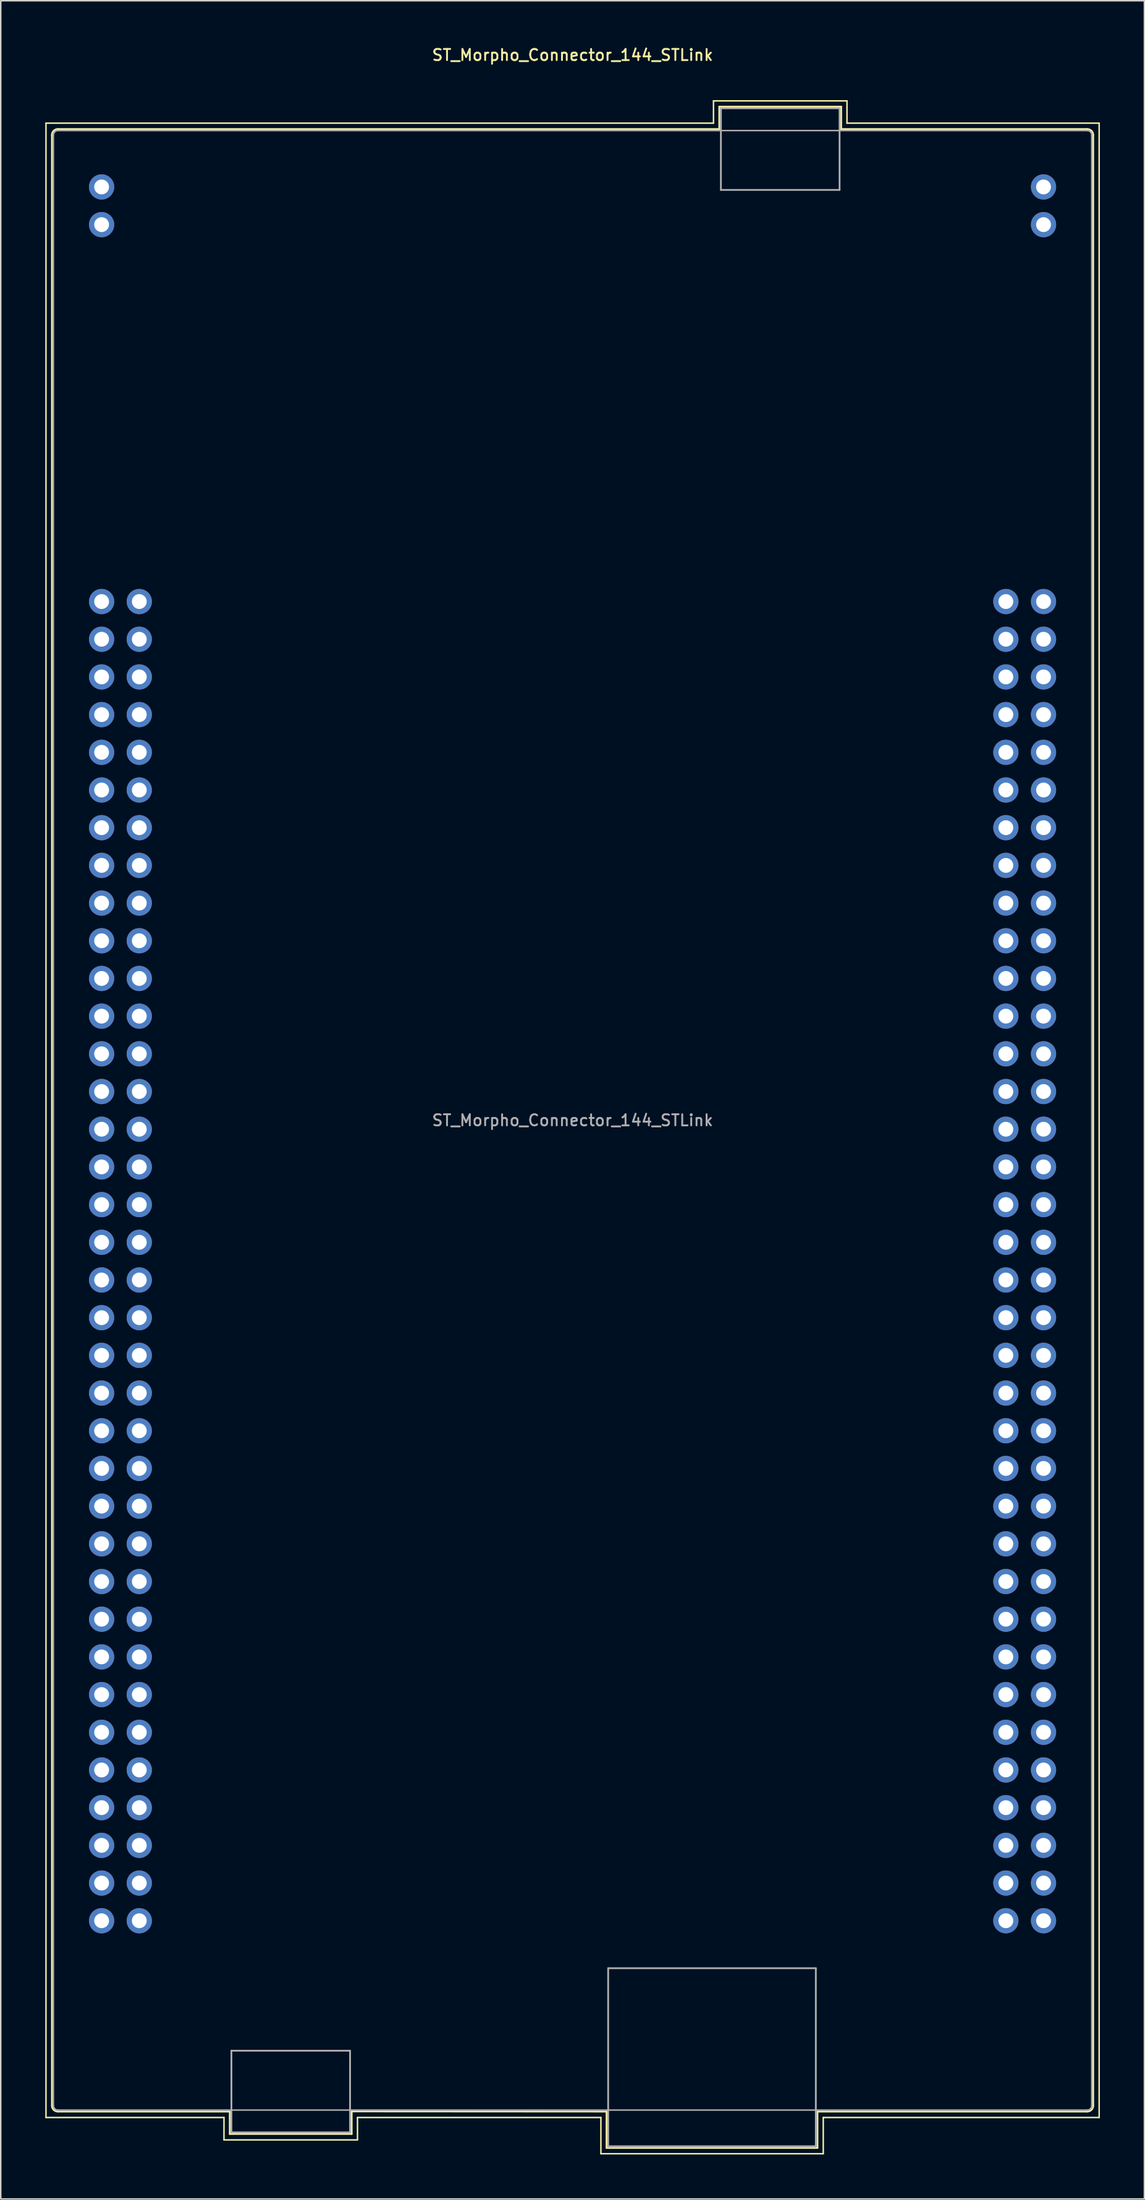
<source format=kicad_pcb>
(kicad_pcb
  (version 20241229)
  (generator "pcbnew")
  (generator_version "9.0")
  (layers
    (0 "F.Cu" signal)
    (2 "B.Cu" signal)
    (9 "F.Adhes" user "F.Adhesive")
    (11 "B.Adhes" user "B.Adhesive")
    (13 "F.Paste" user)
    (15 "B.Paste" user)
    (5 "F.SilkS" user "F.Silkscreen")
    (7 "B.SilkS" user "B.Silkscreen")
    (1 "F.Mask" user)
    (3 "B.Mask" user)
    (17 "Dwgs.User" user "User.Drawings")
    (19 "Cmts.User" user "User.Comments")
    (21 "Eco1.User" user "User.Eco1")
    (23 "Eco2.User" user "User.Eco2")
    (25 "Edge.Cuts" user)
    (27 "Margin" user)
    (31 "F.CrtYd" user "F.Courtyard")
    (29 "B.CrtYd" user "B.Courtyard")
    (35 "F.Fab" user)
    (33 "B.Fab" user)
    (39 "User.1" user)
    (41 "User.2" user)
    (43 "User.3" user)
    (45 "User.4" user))
  (footprint "ST_Morpho_Connector_144_STLink"
    (layer "F.Cu")
    (at 3.8 37.488)
    (property "Reference" "ST_Morpho_Connector_144_STLink" (at 31.75 -36.83 0) (layer "F.SilkS") (effects (font (size 0.75 0.75) (thickness 0.125))))
    (attr through_hole)
    (fp_line (start -3.75 -32.24) (end -3.75 102.16) (stroke (width 0.1) (type solid)) (layer "F.SilkS"))
    (fp_line (start -3.75 102.16) (end 8.25 102.16) (stroke (width 0.1) (type solid)) (layer "F.SilkS"))
    (fp_line (start -3.35 -31.44) (end -3.35 101.36) (stroke (width 0.12) (type solid)) (layer "F.SilkS"))
    (fp_line (start 8.25 102.16) (end 8.25 103.67) (stroke (width 0.1) (type solid)) (layer "F.SilkS"))
    (fp_line (start 8.25 103.67) (end 17.25 103.67) (stroke (width 0.1) (type solid)) (layer "F.SilkS"))
    (fp_line (start 8.64 101.76) (end -2.95 101.76) (stroke (width 0.12) (type solid)) (layer "F.SilkS"))
    (fp_line (start 8.64 101.76) (end 8.64 103.27) (stroke (width 0.12) (type solid)) (layer "F.SilkS"))
    (fp_line (start 8.64 103.27) (end 16.86 103.27) (stroke (width 0.12) (type solid)) (layer "F.SilkS"))
    (fp_line (start 16.86 103.27) (end 16.86 101.75) (stroke (width 0.12) (type solid)) (layer "F.SilkS"))
    (fp_line (start 17.25 102.16) (end 17.25 103.67) (stroke (width 0.1) (type solid)) (layer "F.SilkS"))
    (fp_line (start 17.25 102.16) (end 33.66 102.16) (stroke (width 0.1) (type solid)) (layer "F.SilkS"))
    (fp_line (start 33.66 104.6) (end 33.66 102.16) (stroke (width 0.1) (type solid)) (layer "F.SilkS"))
    (fp_line (start 33.66 104.6) (end 48.65 104.6) (stroke (width 0.1) (type solid)) (layer "F.SilkS"))
    (fp_line (start 34.04 101.76) (end 16.86 101.75) (stroke (width 0.12) (type solid)) (layer "F.SilkS"))
    (fp_line (start 34.04 104.21) (end 34.04 101.76) (stroke (width 0.12) (type solid)) (layer "F.SilkS"))
    (fp_line (start 41.25 -33.74) (end 50.25 -33.74) (stroke (width 0.1) (type solid)) (layer "F.SilkS"))
    (fp_line (start 41.25 -32.24) (end -3.75 -32.24) (stroke (width 0.1) (type solid)) (layer "F.SilkS"))
    (fp_line (start 41.25 -32.24) (end 41.25 -33.74) (stroke (width 0.1) (type solid)) (layer "F.SilkS"))
    (fp_line (start 41.64 -33.35) (end 49.86 -33.35) (stroke (width 0.12) (type solid)) (layer "F.SilkS"))
    (fp_line (start 41.64 -31.84) (end -2.95 -31.84) (stroke (width 0.12) (type solid)) (layer "F.SilkS"))
    (fp_line (start 41.64 -31.84) (end 41.64 -33.35) (stroke (width 0.12) (type solid)) (layer "F.SilkS"))
    (fp_line (start 48.26 101.76) (end 48.26 104.21) (stroke (width 0.12) (type solid)) (layer "F.SilkS"))
    (fp_line (start 48.26 101.76) (end 66.45 101.76) (stroke (width 0.12) (type solid)) (layer "F.SilkS"))
    (fp_line (start 48.26 104.21) (end 34.04 104.21) (stroke (width 0.12) (type solid)) (layer "F.SilkS"))
    (fp_line (start 48.65 102.16) (end 48.65 104.6) (stroke (width 0.1) (type solid)) (layer "F.SilkS"))
    (fp_line (start 49.86 -33.35) (end 49.86 -31.84) (stroke (width 0.12) (type solid)) (layer "F.SilkS"))
    (fp_line (start 49.86 -31.84) (end 66.45 -31.84) (stroke (width 0.12) (type solid)) (layer "F.SilkS"))
    (fp_line (start 50.25 -32.24) (end 50.25 -33.74) (stroke (width 0.1) (type solid)) (layer "F.SilkS"))
    (fp_line (start 50.25 -32.24) (end 67.25 -32.24) (stroke (width 0.1) (type solid)) (layer "F.SilkS"))
    (fp_line (start 66.85 101.36) (end 66.85 -31.44) (stroke (width 0.12) (type solid)) (layer "F.SilkS"))
    (fp_line (start 67.25 102.16) (end 48.65 102.16) (stroke (width 0.1) (type solid)) (layer "F.SilkS"))
    (fp_line (start 67.25 102.16) (end 67.25 -32.24) (stroke (width 0.1) (type solid)) (layer "F.SilkS"))
    (fp_arc (start -3.35 -31.44) (mid -3.232843 -31.722843) (end -2.95 -31.84) (stroke (width 0.12) (type solid)) (layer "F.SilkS"))
    (fp_arc (start -2.95 101.76) (mid -3.232843 101.642843) (end -3.35 101.36) (stroke (width 0.12) (type solid)) (layer "F.SilkS"))
    (fp_arc (start 66.45 -31.84) (mid 66.732843 -31.722843) (end 66.85 -31.44) (stroke (width 0.12) (type solid)) (layer "F.SilkS"))
    (fp_arc (start 66.85 101.36) (mid 66.732843 101.642843) (end 66.45 101.76) (stroke (width 0.12) (type solid)) (layer "F.SilkS"))
    (fp_line (start -3.25 101.36) (end -3.25 -31.44) (stroke (width 0.1) (type solid)) (layer "F.Fab"))
    (fp_line (start 8.75 97.66) (end 16.75 97.66) (stroke (width 0.12) (type solid)) (layer "F.Fab"))
    (fp_line (start 8.75 103.16) (end 8.75 97.65) (stroke (width 0.12) (type solid)) (layer "F.Fab"))
    (fp_line (start 8.75 103.16) (end 16.75 103.16) (stroke (width 0.12) (type solid)) (layer "F.Fab"))
    (fp_line (start 16.75 97.66) (end 16.75 103.16) (stroke (width 0.12) (type solid)) (layer "F.Fab"))
    (fp_line (start 34.15 92.1) (end 48.15 92.1) (stroke (width 0.12) (type solid)) (layer "F.Fab"))
    (fp_line (start 34.15 104.1) (end 34.15 92.1) (stroke (width 0.12) (type solid)) (layer "F.Fab"))
    (fp_line (start 34.15 104.1) (end 48.15 104.1) (stroke (width 0.12) (type solid)) (layer "F.Fab"))
    (fp_line (start 41.75 -33.24) (end 49.75 -33.24) (stroke (width 0.12) (type solid)) (layer "F.Fab"))
    (fp_line (start 41.75 -27.74) (end 41.75 -33.24) (stroke (width 0.12) (type solid)) (layer "F.Fab"))
    (fp_line (start 41.75 -27.74) (end 49.75 -27.74) (stroke (width 0.12) (type solid)) (layer "F.Fab"))
    (fp_line (start 48.15 104.1) (end 48.15 92.1) (stroke (width 0.12) (type solid)) (layer "F.Fab"))
    (fp_line (start 49.75 -33.24) (end 49.75 -27.74) (stroke (width 0.12) (type solid)) (layer "F.Fab"))
    (fp_line (start 66.45 -31.74) (end -2.95 -31.74) (stroke (width 0.1) (type solid)) (layer "F.Fab"))
    (fp_line (start 66.45 101.66) (end -2.95 101.66) (stroke (width 0.1) (type solid)) (layer "F.Fab"))
    (fp_line (start 66.75 101.36) (end 66.75 -31.44) (stroke (width 0.1) (type solid)) (layer "F.Fab"))
    (fp_arc (start -3.25 -31.44) (mid -3.162132 -31.652132) (end -2.95 -31.74) (stroke (width 0.1) (type solid)) (layer "F.Fab"))
    (fp_arc (start -2.95 101.66) (mid -3.162132 101.572132) (end -3.25 101.36) (stroke (width 0.1) (type solid)) (layer "F.Fab"))
    (fp_arc (start 66.45 -31.74) (mid 66.662132 -31.652132) (end 66.75 -31.44) (stroke (width 0.1) (type solid)) (layer "F.Fab"))
    (fp_arc (start 66.75 101.36) (mid 66.662132 101.572132) (end 66.45 101.66) (stroke (width 0.1) (type solid)) (layer "F.Fab"))
    (fp_text user "${REFERENCE}" (at 31.75 34.96 0) (layer "F.Fab") (effects (font (size 0.75 0.75) (thickness 0.125))))
    (pad "1" thru_hole circle (at 0 0) (size 1.7 1.7) (drill 1) (layers "*.Cu" "*.Mask"))
    (pad "2" thru_hole circle (at 2.54 0) (size 1.7 1.7) (drill 1) (layers "*.Cu" "*.Mask"))
    (pad "3" thru_hole circle (at 0 2.54) (size 1.7 1.7) (drill 1) (layers "*.Cu" "*.Mask"))
    (pad "4" thru_hole circle (at 2.54 2.54) (size 1.7 1.7) (drill 1) (layers "*.Cu" "*.Mask"))
    (pad "5" thru_hole circle (at 0 5.08) (size 1.7 1.7) (drill 1) (layers "*.Cu" "*.Mask"))
    (pad "6" thru_hole circle (at 2.54 5.08) (size 1.7 1.7) (drill 1) (layers "*.Cu" "*.Mask"))
    (pad "7" thru_hole circle (at 0 7.62) (size 1.7 1.7) (drill 1) (layers "*.Cu" "*.Mask"))
    (pad "8" thru_hole circle (at 2.54 7.62) (size 1.7 1.7) (drill 1) (layers "*.Cu" "*.Mask"))
    (pad "9" thru_hole circle (at 0 10.16) (size 1.7 1.7) (drill 1) (layers "*.Cu" "*.Mask"))
    (pad "10" thru_hole circle (at 2.54 10.16) (size 1.7 1.7) (drill 1) (layers "*.Cu" "*.Mask"))
    (pad "11" thru_hole circle (at 0 12.7) (size 1.7 1.7) (drill 1) (layers "*.Cu" "*.Mask"))
    (pad "12" thru_hole circle (at 2.54 12.7) (size 1.7 1.7) (drill 1) (layers "*.Cu" "*.Mask"))
    (pad "13" thru_hole circle (at 0 15.24) (size 1.7 1.7) (drill 1) (layers "*.Cu" "*.Mask"))
    (pad "14" thru_hole circle (at 2.54 15.24) (size 1.7 1.7) (drill 1) (layers "*.Cu" "*.Mask"))
    (pad "15" thru_hole circle (at 0 17.78) (size 1.7 1.7) (drill 1) (layers "*.Cu" "*.Mask"))
    (pad "16" thru_hole circle (at 2.54 17.78) (size 1.7 1.7) (drill 1) (layers "*.Cu" "*.Mask"))
    (pad "17" thru_hole circle (at 0 20.32) (size 1.7 1.7) (drill 1) (layers "*.Cu" "*.Mask"))
    (pad "18" thru_hole circle (at 2.54 20.32) (size 1.7 1.7) (drill 1) (layers "*.Cu" "*.Mask"))
    (pad "19" thru_hole circle (at 0 22.86) (size 1.7 1.7) (drill 1) (layers "*.Cu" "*.Mask"))
    (pad "20" thru_hole circle (at 2.54 22.86) (size 1.7 1.7) (drill 1) (layers "*.Cu" "*.Mask"))
    (pad "21" thru_hole circle (at 0 25.4) (size 1.7 1.7) (drill 1) (layers "*.Cu" "*.Mask"))
    (pad "22" thru_hole circle (at 2.54 25.4) (size 1.7 1.7) (drill 1) (layers "*.Cu" "*.Mask"))
    (pad "23" thru_hole circle (at 0 27.94) (size 1.7 1.7) (drill 1) (layers "*.Cu" "*.Mask"))
    (pad "24" thru_hole circle (at 2.54 27.94) (size 1.7 1.7) (drill 1) (layers "*.Cu" "*.Mask"))
    (pad "25" thru_hole circle (at 0 30.48) (size 1.7 1.7) (drill 1) (layers "*.Cu" "*.Mask"))
    (pad "26" thru_hole circle (at 2.54 30.48) (size 1.7 1.7) (drill 1) (layers "*.Cu" "*.Mask"))
    (pad "27" thru_hole circle (at 0 33.02) (size 1.7 1.7) (drill 1) (layers "*.Cu" "*.Mask"))
    (pad "28" thru_hole circle (at 2.54 33.02) (size 1.7 1.7) (drill 1) (layers "*.Cu" "*.Mask"))
    (pad "29" thru_hole circle (at 0 35.56) (size 1.7 1.7) (drill 1) (layers "*.Cu" "*.Mask"))
    (pad "30" thru_hole circle (at 2.54 35.56) (size 1.7 1.7) (drill 1) (layers "*.Cu" "*.Mask"))
    (pad "31" thru_hole circle (at 0 38.1) (size 1.7 1.7) (drill 1) (layers "*.Cu" "*.Mask"))
    (pad "32" thru_hole circle (at 2.54 38.1) (size 1.7 1.7) (drill 1) (layers "*.Cu" "*.Mask"))
    (pad "33" thru_hole circle (at 0 40.64) (size 1.7 1.7) (drill 1) (layers "*.Cu" "*.Mask"))
    (pad "34" thru_hole circle (at 2.54 40.64) (size 1.7 1.7) (drill 1) (layers "*.Cu" "*.Mask"))
    (pad "35" thru_hole circle (at 0 43.18) (size 1.7 1.7) (drill 1) (layers "*.Cu" "*.Mask"))
    (pad "36" thru_hole circle (at 2.54 43.18) (size 1.7 1.7) (drill 1) (layers "*.Cu" "*.Mask"))
    (pad "37" thru_hole circle (at 0 45.72) (size 1.7 1.7) (drill 1) (layers "*.Cu" "*.Mask"))
    (pad "38" thru_hole circle (at 2.54 45.72) (size 1.7 1.7) (drill 1) (layers "*.Cu" "*.Mask"))
    (pad "39" thru_hole circle (at 0 48.26) (size 1.7 1.7) (drill 1) (layers "*.Cu" "*.Mask"))
    (pad "40" thru_hole circle (at 2.54 48.26) (size 1.7 1.7) (drill 1) (layers "*.Cu" "*.Mask"))
    (pad "41" thru_hole circle (at 0 50.8) (size 1.7 1.7) (drill 1) (layers "*.Cu" "*.Mask"))
    (pad "42" thru_hole circle (at 2.54 50.8) (size 1.7 1.7) (drill 1) (layers "*.Cu" "*.Mask"))
    (pad "43" thru_hole circle (at 0 53.34) (size 1.7 1.7) (drill 1) (layers "*.Cu" "*.Mask"))
    (pad "44" thru_hole circle (at 2.54 53.34) (size 1.7 1.7) (drill 1) (layers "*.Cu" "*.Mask"))
    (pad "45" thru_hole circle (at 0 55.88) (size 1.7 1.7) (drill 1) (layers "*.Cu" "*.Mask"))
    (pad "46" thru_hole circle (at 2.54 55.88) (size 1.7 1.7) (drill 1) (layers "*.Cu" "*.Mask"))
    (pad "47" thru_hole circle (at 0 58.42) (size 1.7 1.7) (drill 1) (layers "*.Cu" "*.Mask"))
    (pad "48" thru_hole circle (at 2.54 58.42) (size 1.7 1.7) (drill 1) (layers "*.Cu" "*.Mask"))
    (pad "49" thru_hole circle (at 0 60.96) (size 1.7 1.7) (drill 1) (layers "*.Cu" "*.Mask"))
    (pad "50" thru_hole circle (at 2.54 60.96) (size 1.7 1.7) (drill 1) (layers "*.Cu" "*.Mask"))
    (pad "51" thru_hole circle (at 0 63.5) (size 1.7 1.7) (drill 1) (layers "*.Cu" "*.Mask"))
    (pad "52" thru_hole circle (at 2.54 63.5) (size 1.7 1.7) (drill 1) (layers "*.Cu" "*.Mask"))
    (pad "53" thru_hole circle (at 0 66.04) (size 1.7 1.7) (drill 1) (layers "*.Cu" "*.Mask"))
    (pad "54" thru_hole circle (at 2.54 66.04) (size 1.7 1.7) (drill 1) (layers "*.Cu" "*.Mask"))
    (pad "55" thru_hole circle (at 0 68.58) (size 1.7 1.7) (drill 1) (layers "*.Cu" "*.Mask"))
    (pad "56" thru_hole circle (at 2.54 68.58) (size 1.7 1.7) (drill 1) (layers "*.Cu" "*.Mask"))
    (pad "57" thru_hole circle (at 0 71.12) (size 1.7 1.7) (drill 1) (layers "*.Cu" "*.Mask"))
    (pad "58" thru_hole circle (at 2.54 71.12) (size 1.7 1.7) (drill 1) (layers "*.Cu" "*.Mask"))
    (pad "59" thru_hole circle (at 0 73.66) (size 1.7 1.7) (drill 1) (layers "*.Cu" "*.Mask"))
    (pad "60" thru_hole circle (at 2.54 73.66) (size 1.7 1.7) (drill 1) (layers "*.Cu" "*.Mask"))
    (pad "61" thru_hole circle (at 0 76.2) (size 1.7 1.7) (drill 1) (layers "*.Cu" "*.Mask"))
    (pad "62" thru_hole circle (at 2.54 76.2) (size 1.7 1.7) (drill 1) (layers "*.Cu" "*.Mask"))
    (pad "63" thru_hole circle (at 0 78.74) (size 1.7 1.7) (drill 1) (layers "*.Cu" "*.Mask"))
    (pad "64" thru_hole circle (at 2.54 78.74) (size 1.7 1.7) (drill 1) (layers "*.Cu" "*.Mask"))
    (pad "65" thru_hole circle (at 0 81.28) (size 1.7 1.7) (drill 1) (layers "*.Cu" "*.Mask"))
    (pad "66" thru_hole circle (at 2.54 81.28) (size 1.7 1.7) (drill 1) (layers "*.Cu" "*.Mask"))
    (pad "67" thru_hole circle (at 0 83.82) (size 1.7 1.7) (drill 1) (layers "*.Cu" "*.Mask"))
    (pad "68" thru_hole circle (at 2.54 83.82) (size 1.7 1.7) (drill 1) (layers "*.Cu" "*.Mask"))
    (pad "69" thru_hole circle (at 0 86.36) (size 1.7 1.7) (drill 1) (layers "*.Cu" "*.Mask"))
    (pad "70" thru_hole circle (at 2.54 86.36) (size 1.7 1.7) (drill 1) (layers "*.Cu" "*.Mask"))
    (pad "71" thru_hole circle (at 0 88.9) (size 1.7 1.7) (drill 1) (layers "*.Cu" "*.Mask"))
    (pad "72" thru_hole circle (at 2.54 88.9) (size 1.7 1.7) (drill 1) (layers "*.Cu" "*.Mask"))
    (pad "73" thru_hole circle (at 60.96 0) (size 1.7 1.7) (drill 1) (layers "*.Cu" "*.Mask"))
    (pad "74" thru_hole circle (at 63.5 0) (size 1.7 1.7) (drill 1) (layers "*.Cu" "*.Mask"))
    (pad "75" thru_hole circle (at 60.96 2.54) (size 1.7 1.7) (drill 1) (layers "*.Cu" "*.Mask"))
    (pad "76" thru_hole circle (at 63.5 2.54) (size 1.7 1.7) (drill 1) (layers "*.Cu" "*.Mask"))
    (pad "77" thru_hole circle (at 60.96 5.08) (size 1.7 1.7) (drill 1) (layers "*.Cu" "*.Mask"))
    (pad "78" thru_hole circle (at 63.5 5.08) (size 1.7 1.7) (drill 1) (layers "*.Cu" "*.Mask"))
    (pad "79" thru_hole circle (at 60.96 7.62) (size 1.7 1.7) (drill 1) (layers "*.Cu" "*.Mask"))
    (pad "80" thru_hole circle (at 63.5 7.62) (size 1.7 1.7) (drill 1) (layers "*.Cu" "*.Mask"))
    (pad "81" thru_hole circle (at 60.96 10.16) (size 1.7 1.7) (drill 1) (layers "*.Cu" "*.Mask"))
    (pad "82" thru_hole circle (at 63.5 10.16) (size 1.7 1.7) (drill 1) (layers "*.Cu" "*.Mask"))
    (pad "83" thru_hole circle (at 60.96 12.7) (size 1.7 1.7) (drill 1) (layers "*.Cu" "*.Mask"))
    (pad "84" thru_hole circle (at 63.5 12.7) (size 1.7 1.7) (drill 1) (layers "*.Cu" "*.Mask"))
    (pad "85" thru_hole circle (at 60.96 15.24) (size 1.7 1.7) (drill 1) (layers "*.Cu" "*.Mask"))
    (pad "86" thru_hole circle (at 63.5 15.24) (size 1.7 1.7) (drill 1) (layers "*.Cu" "*.Mask"))
    (pad "87" thru_hole circle (at 60.96 17.78) (size 1.7 1.7) (drill 1) (layers "*.Cu" "*.Mask"))
    (pad "88" thru_hole circle (at 63.5 17.78) (size 1.7 1.7) (drill 1) (layers "*.Cu" "*.Mask"))
    (pad "89" thru_hole circle (at 60.96 20.32) (size 1.7 1.7) (drill 1) (layers "*.Cu" "*.Mask"))
    (pad "90" thru_hole circle (at 63.5 20.32) (size 1.7 1.7) (drill 1) (layers "*.Cu" "*.Mask"))
    (pad "91" thru_hole circle (at 60.96 22.86) (size 1.7 1.7) (drill 1) (layers "*.Cu" "*.Mask"))
    (pad "92" thru_hole circle (at 63.5 22.86) (size 1.7 1.7) (drill 1) (layers "*.Cu" "*.Mask"))
    (pad "93" thru_hole circle (at 60.96 25.4) (size 1.7 1.7) (drill 1) (layers "*.Cu" "*.Mask"))
    (pad "94" thru_hole circle (at 63.5 25.4) (size 1.7 1.7) (drill 1) (layers "*.Cu" "*.Mask"))
    (pad "95" thru_hole circle (at 60.96 27.94) (size 1.7 1.7) (drill 1) (layers "*.Cu" "*.Mask"))
    (pad "96" thru_hole circle (at 63.5 27.94) (size 1.7 1.7) (drill 1) (layers "*.Cu" "*.Mask"))
    (pad "97" thru_hole circle (at 60.96 30.48) (size 1.7 1.7) (drill 1) (layers "*.Cu" "*.Mask"))
    (pad "98" thru_hole circle (at 63.5 30.48) (size 1.7 1.7) (drill 1) (layers "*.Cu" "*.Mask"))
    (pad "99" thru_hole circle (at 60.96 33.02) (size 1.7 1.7) (drill 1) (layers "*.Cu" "*.Mask"))
    (pad "100" thru_hole circle (at 63.5 33.02) (size 1.7 1.7) (drill 1) (layers "*.Cu" "*.Mask"))
    (pad "101" thru_hole circle (at 60.96 35.56) (size 1.7 1.7) (drill 1) (layers "*.Cu" "*.Mask"))
    (pad "102" thru_hole circle (at 63.5 35.56) (size 1.7 1.7) (drill 1) (layers "*.Cu" "*.Mask"))
    (pad "103" thru_hole circle (at 60.96 38.1) (size 1.7 1.7) (drill 1) (layers "*.Cu" "*.Mask"))
    (pad "104" thru_hole circle (at 63.5 38.1) (size 1.7 1.7) (drill 1) (layers "*.Cu" "*.Mask"))
    (pad "105" thru_hole circle (at 60.96 40.64) (size 1.7 1.7) (drill 1) (layers "*.Cu" "*.Mask"))
    (pad "106" thru_hole circle (at 63.5 40.64) (size 1.7 1.7) (drill 1) (layers "*.Cu" "*.Mask"))
    (pad "107" thru_hole circle (at 60.96 43.18) (size 1.7 1.7) (drill 1) (layers "*.Cu" "*.Mask"))
    (pad "108" thru_hole circle (at 63.5 43.18) (size 1.7 1.7) (drill 1) (layers "*.Cu" "*.Mask"))
    (pad "109" thru_hole circle (at 60.96 45.72) (size 1.7 1.7) (drill 1) (layers "*.Cu" "*.Mask"))
    (pad "110" thru_hole circle (at 63.5 45.72) (size 1.7 1.7) (drill 1) (layers "*.Cu" "*.Mask"))
    (pad "111" thru_hole circle (at 60.96 48.26) (size 1.7 1.7) (drill 1) (layers "*.Cu" "*.Mask"))
    (pad "112" thru_hole circle (at 63.5 48.26) (size 1.7 1.7) (drill 1) (layers "*.Cu" "*.Mask"))
    (pad "113" thru_hole circle (at 60.96 50.8) (size 1.7 1.7) (drill 1) (layers "*.Cu" "*.Mask"))
    (pad "114" thru_hole circle (at 63.5 50.8) (size 1.7 1.7) (drill 1) (layers "*.Cu" "*.Mask"))
    (pad "115" thru_hole circle (at 60.96 53.34) (size 1.7 1.7) (drill 1) (layers "*.Cu" "*.Mask"))
    (pad "116" thru_hole circle (at 63.5 53.34) (size 1.7 1.7) (drill 1) (layers "*.Cu" "*.Mask"))
    (pad "117" thru_hole circle (at 60.96 55.88) (size 1.7 1.7) (drill 1) (layers "*.Cu" "*.Mask"))
    (pad "118" thru_hole circle (at 63.5 55.88) (size 1.7 1.7) (drill 1) (layers "*.Cu" "*.Mask"))
    (pad "119" thru_hole circle (at 60.96 58.42) (size 1.7 1.7) (drill 1) (layers "*.Cu" "*.Mask"))
    (pad "120" thru_hole circle (at 63.5 58.42) (size 1.7 1.7) (drill 1) (layers "*.Cu" "*.Mask"))
    (pad "121" thru_hole circle (at 60.96 60.96) (size 1.7 1.7) (drill 1) (layers "*.Cu" "*.Mask"))
    (pad "122" thru_hole circle (at 63.5 60.96) (size 1.7 1.7) (drill 1) (layers "*.Cu" "*.Mask"))
    (pad "123" thru_hole circle (at 60.96 63.5) (size 1.7 1.7) (drill 1) (layers "*.Cu" "*.Mask"))
    (pad "124" thru_hole circle (at 63.5 63.5) (size 1.7 1.7) (drill 1) (layers "*.Cu" "*.Mask"))
    (pad "125" thru_hole circle (at 60.96 66.04) (size 1.7 1.7) (drill 1) (layers "*.Cu" "*.Mask"))
    (pad "126" thru_hole circle (at 63.5 66.04) (size 1.7 1.7) (drill 1) (layers "*.Cu" "*.Mask"))
    (pad "127" thru_hole circle (at 60.96 68.58) (size 1.7 1.7) (drill 1) (layers "*.Cu" "*.Mask"))
    (pad "128" thru_hole circle (at 63.5 68.58) (size 1.7 1.7) (drill 1) (layers "*.Cu" "*.Mask"))
    (pad "129" thru_hole circle (at 60.96 71.12) (size 1.7 1.7) (drill 1) (layers "*.Cu" "*.Mask"))
    (pad "130" thru_hole circle (at 63.5 71.12) (size 1.7 1.7) (drill 1) (layers "*.Cu" "*.Mask"))
    (pad "131" thru_hole circle (at 60.96 73.66) (size 1.7 1.7) (drill 1) (layers "*.Cu" "*.Mask"))
    (pad "132" thru_hole circle (at 63.5 73.66) (size 1.7 1.7) (drill 1) (layers "*.Cu" "*.Mask"))
    (pad "133" thru_hole circle (at 60.96 76.2) (size 1.7 1.7) (drill 1) (layers "*.Cu" "*.Mask"))
    (pad "134" thru_hole circle (at 63.5 76.2) (size 1.7 1.7) (drill 1) (layers "*.Cu" "*.Mask"))
    (pad "135" thru_hole circle (at 60.96 78.74) (size 1.7 1.7) (drill 1) (layers "*.Cu" "*.Mask"))
    (pad "136" thru_hole circle (at 63.5 78.74) (size 1.7 1.7) (drill 1) (layers "*.Cu" "*.Mask"))
    (pad "137" thru_hole circle (at 60.96 81.28) (size 1.7 1.7) (drill 1) (layers "*.Cu" "*.Mask"))
    (pad "138" thru_hole circle (at 63.5 81.28) (size 1.7 1.7) (drill 1) (layers "*.Cu" "*.Mask"))
    (pad "139" thru_hole circle (at 60.96 83.82) (size 1.7 1.7) (drill 1) (layers "*.Cu" "*.Mask"))
    (pad "140" thru_hole circle (at 63.5 83.82) (size 1.7 1.7) (drill 1) (layers "*.Cu" "*.Mask"))
    (pad "141" thru_hole circle (at 60.96 86.36) (size 1.7 1.7) (drill 1) (layers "*.Cu" "*.Mask"))
    (pad "142" thru_hole circle (at 63.5 86.36) (size 1.7 1.7) (drill 1) (layers "*.Cu" "*.Mask"))
    (pad "143" thru_hole circle (at 60.96 88.9) (size 1.7 1.7) (drill 1) (layers "*.Cu" "*.Mask"))
    (pad "144" thru_hole circle (at 63.5 88.9) (size 1.7 1.7) (drill 1) (layers "*.Cu" "*.Mask"))
    (pad "145" thru_hole circle (at 0 -27.94) (size 1.7 1.7) (drill 1) (layers "*.Cu" "*.Mask"))
    (pad "146" thru_hole circle (at 0 -25.4) (size 1.7 1.7) (drill 1) (layers "*.Cu" "*.Mask"))
    (pad "147" thru_hole circle (at 63.5 -27.94) (size 1.7 1.7) (drill 1) (layers "*.Cu" "*.Mask"))
    (pad "148" thru_hole circle (at 63.5 -25.4) (size 1.7 1.7) (drill 1) (layers "*.Cu" "*.Mask")))
  (gr_rect
    (start -3 -3)
    (end 74.1 145.138)
    (stroke (width 0.1) (type default))
    (fill no)
    (layer "Edge.Cuts")))
</source>
